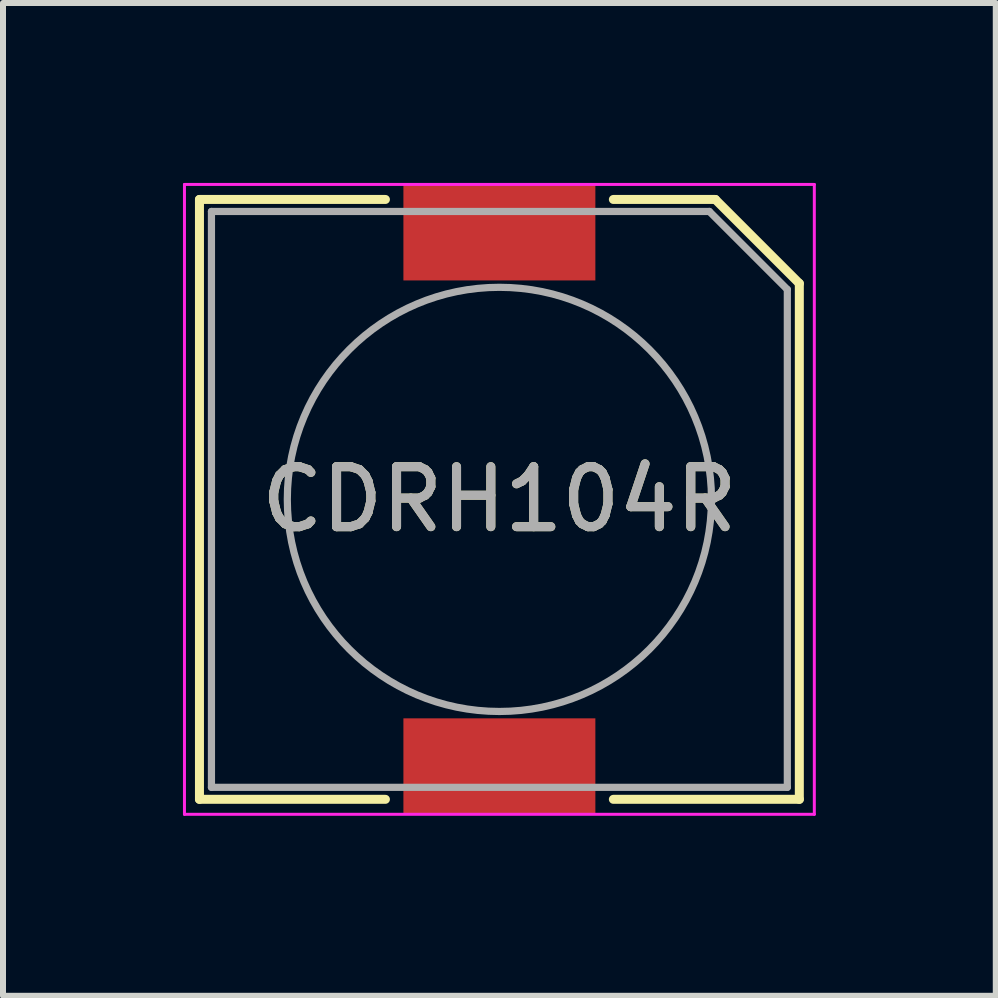
<source format=kicad_pcb>
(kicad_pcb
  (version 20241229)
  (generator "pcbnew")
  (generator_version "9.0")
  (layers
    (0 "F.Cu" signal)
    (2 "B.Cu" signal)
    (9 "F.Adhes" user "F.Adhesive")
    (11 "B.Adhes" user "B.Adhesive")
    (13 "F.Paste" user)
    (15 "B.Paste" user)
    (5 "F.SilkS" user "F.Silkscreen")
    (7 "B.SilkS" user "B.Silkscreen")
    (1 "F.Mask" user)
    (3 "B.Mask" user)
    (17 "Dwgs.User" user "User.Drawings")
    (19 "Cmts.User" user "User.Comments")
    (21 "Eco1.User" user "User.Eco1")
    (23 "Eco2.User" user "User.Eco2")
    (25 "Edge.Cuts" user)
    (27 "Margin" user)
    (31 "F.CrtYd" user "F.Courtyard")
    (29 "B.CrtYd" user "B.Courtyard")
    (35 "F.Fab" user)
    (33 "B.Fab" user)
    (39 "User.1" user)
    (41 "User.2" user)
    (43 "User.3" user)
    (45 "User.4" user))
  (footprint "CDRH104R"
    (layer "F.Cu")
    (at 5.275 5.275)
    (property "Reference" "CDRH104R" (at 0 0 0) (layer "F.SilkS") (effects (font (size 1 1) (thickness 0.15))))
    (attr through_hole)
    (fp_line (start -5 -5) (end -5 5) (stroke (width 0.15) (type solid)) (layer "F.SilkS"))
    (fp_line (start -5 -5) (end -1.9 -5) (stroke (width 0.15) (type solid)) (layer "F.SilkS"))
    (fp_line (start -1.9 5) (end -5 5) (stroke (width 0.15) (type solid)) (layer "F.SilkS"))
    (fp_line (start 1.9 -5) (end 3.6 -5) (stroke (width 0.15) (type solid)) (layer "F.SilkS"))
    (fp_line (start 3.6 -5) (end 5 -3.6) (stroke (width 0.15) (type solid)) (layer "F.SilkS"))
    (fp_line (start 5 5) (end 1.9 5) (stroke (width 0.15) (type solid)) (layer "F.SilkS"))
    (fp_line (start 5 5) (end 5 -3.6) (stroke (width 0.15) (type solid)) (layer "F.SilkS"))
    (fp_line (start -5.25 -5.25) (end -5.25 5.25) (stroke (width 0.05) (type solid)) (layer "F.CrtYd"))
    (fp_line (start -5.25 -5.25) (end 5.25 -5.25) (stroke (width 0.05) (type solid)) (layer "F.CrtYd"))
    (fp_line (start -5.25 5.25) (end 5.25 5.25) (stroke (width 0.05) (type solid)) (layer "F.CrtYd"))
    (fp_line (start 5.25 5.25) (end 5.25 -5.25) (stroke (width 0.05) (type solid)) (layer "F.CrtYd"))
    (fp_line (start -4.8 -4.8) (end 3.5 -4.8) (stroke (width 0.12) (type solid)) (layer "F.Fab"))
    (fp_line (start -4.8 4.8) (end -4.8 -4.8) (stroke (width 0.12) (type solid)) (layer "F.Fab"))
    (fp_line (start 3.5 -4.8) (end 4.8 -3.5) (stroke (width 0.12) (type solid)) (layer "F.Fab"))
    (fp_line (start 4.8 -3.5) (end 4.8 4.8) (stroke (width 0.12) (type solid)) (layer "F.Fab"))
    (fp_line (start 4.8 4.8) (end -4.8 4.8) (stroke (width 0.12) (type solid)) (layer "F.Fab"))
    (fp_circle (center 0 0) (end 3.1 1.7) (stroke (width 0.12) (type solid)) (fill no) (layer "F.Fab"))
    (fp_text user "${REFERENCE}" (at 0 0 0) (layer "F.Fab") (effects (font (size 1 1) (thickness 0.15))))
    (pad "1" smd rect (at 0 -4.45) (size 3.2 1.6) (layers "F.Cu" "F.Mask" "F.Paste"))
    (pad "2" smd rect (at 0 4.45) (size 3.2 1.6) (layers "F.Cu" "F.Mask" "F.Paste")))
  (gr_rect
    (start -3 -3)
    (end 13.55 13.55)
    (stroke (width 0.1) (type default))
    (fill no)
    (layer "Edge.Cuts")))
</source>
